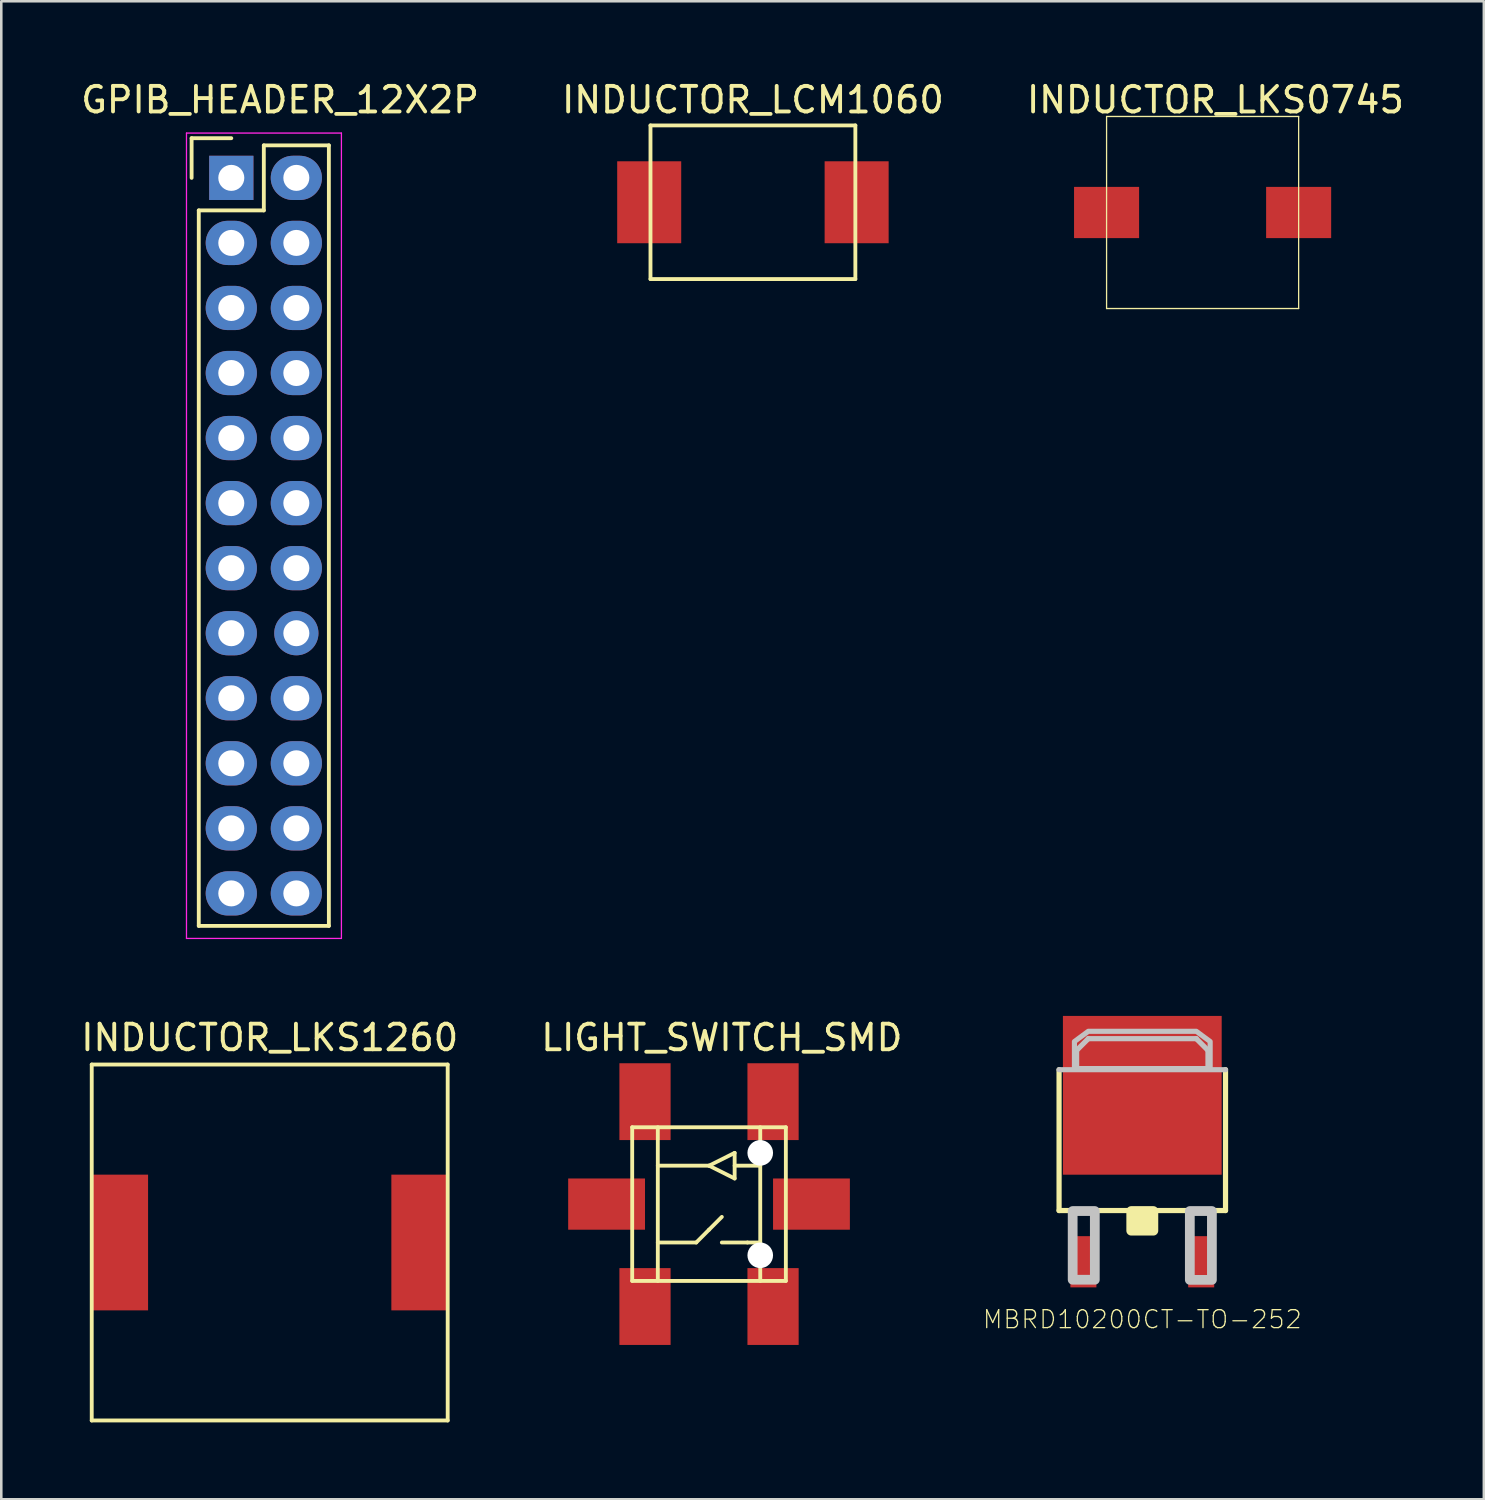
<source format=kicad_pcb>
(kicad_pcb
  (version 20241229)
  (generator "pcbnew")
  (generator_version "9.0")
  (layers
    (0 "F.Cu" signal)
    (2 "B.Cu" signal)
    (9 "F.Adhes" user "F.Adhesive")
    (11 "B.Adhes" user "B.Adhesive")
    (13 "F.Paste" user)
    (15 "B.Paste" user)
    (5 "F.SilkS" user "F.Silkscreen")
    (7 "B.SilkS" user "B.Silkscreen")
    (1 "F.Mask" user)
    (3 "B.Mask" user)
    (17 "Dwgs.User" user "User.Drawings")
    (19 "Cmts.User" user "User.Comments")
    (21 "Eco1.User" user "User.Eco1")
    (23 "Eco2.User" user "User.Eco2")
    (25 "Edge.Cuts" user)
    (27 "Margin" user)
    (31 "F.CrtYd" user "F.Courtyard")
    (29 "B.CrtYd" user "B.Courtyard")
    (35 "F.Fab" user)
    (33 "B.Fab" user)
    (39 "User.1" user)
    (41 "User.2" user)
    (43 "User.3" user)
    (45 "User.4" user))
  (footprint "INDUCTOR_LCM1060"
    (layer "F.Cu")
    (at 26.351 4.848)
    (property "Reference" "INDUCTOR_LCM1060" (at 0 -4 0) (layer "F.SilkS") (effects (font (size 1 1) (thickness 0.15))))
    (attr through_hole)
    (fp_line (start -4 -3) (end -4 3) (stroke (width 0.15) (type solid)) (layer "F.SilkS"))
    (fp_line (start -4 3) (end 4 3) (stroke (width 0.15) (type solid)) (layer "F.SilkS"))
    (fp_line (start 4 -3) (end -4 -3) (stroke (width 0.15) (type solid)) (layer "F.SilkS"))
    (fp_line (start 4 3) (end 4 -3) (stroke (width 0.15) (type solid)) (layer "F.SilkS"))
    (pad "1" smd rect (at -4.05 0) (size 2.5 3.2) (layers "F.Cu" "F.Mask" "F.Paste"))
    (pad "2" smd rect (at 4.05 0) (size 2.5 3.2) (layers "F.Cu" "F.Mask" "F.Paste")))
  (footprint "MBRD10200CT-TO-252"
    (layer "F.Cu")
    (at 41.556 41.471)
    (property "Reference" "MBRD10200CT-TO-252" (at 0 7 0) (layer "F.SilkS") (effects (font (size 0.701 0.701) (thickness 0.05))))
    (attr smd)
    (fp_line (start -3.25 2.75) (end -3.25 -2.75) (stroke (width 0.203) (type solid)) (layer "F.SilkS"))
    (fp_line (start 3.25 -2.75) (end 3.25 2.75) (stroke (width 0.203) (type solid)) (layer "F.SilkS"))
    (fp_line (start 3.25 2.75) (end -3.25 2.75) (stroke (width 0.203) (type solid)) (layer "F.SilkS"))
    (fp_poly (pts (xy -0.432 2.769) (xy 0.432 2.769) (xy 0.432 3.536) (xy -0.432 3.536)) (stroke (width 0.381) (type solid)) (fill yes) (layer "F.SilkS"))
    (fp_line (start -3.25 -2.75) (end 3.25 -2.75) (stroke (width 0.203) (type solid)) (layer "Dwgs.User"))
    (fp_line (start -2.565 -3.505) (end -2.108 -3.962) (stroke (width 0.203) (type solid)) (layer "Dwgs.User"))
    (fp_line (start -2.565 -2.794) (end -2.565 -3.505) (stroke (width 0.203) (type solid)) (layer "Dwgs.User"))
    (fp_line (start -2.108 -3.962) (end 2.108 -3.962) (stroke (width 0.203) (type solid)) (layer "Dwgs.User"))
    (fp_line (start 2.108 -3.962) (end 2.565 -3.505) (stroke (width 0.203) (type solid)) (layer "Dwgs.User"))
    (fp_line (start 2.565 -3.505) (end 2.565 -2.794) (stroke (width 0.203) (type solid)) (layer "Dwgs.User"))
    (fp_line (start 2.565 -2.794) (end -2.565 -2.794) (stroke (width 0.203) (type solid)) (layer "Dwgs.User"))
    (fp_poly (pts (xy -2.719 2.769) (xy -1.854 2.769) (xy -1.854 5.452) (xy -2.719 5.452)) (stroke (width 0.381) (type solid)) (fill no) (layer "Dwgs.User"))
    (fp_poly (pts (xy 1.856 2.769) (xy 2.718 2.769) (xy 2.718 5.457) (xy 1.856 5.457)) (stroke (width 0.381) (type solid)) (fill no) (layer "Dwgs.User"))
    (fp_poly (pts (xy -2.65 -2.794) (xy -2.65 -3.85) (xy -2.108 -4.25) (xy 2.108 -4.25) (xy 2.65 -3.85) (xy 2.65 -2.794)) (stroke (width 0.2) (type solid)) (fill no) (layer "Dwgs.User"))
    (pad "1" smd rect (at -2.3 4.75) (size 1.016 2) (layers "F.Cu" "F.Mask" "F.Paste"))
    (pad "2" smd rect (at 0 -1.75) (size 6.2 6.2) (layers "F.Cu" "F.Mask" "F.Paste"))
    (pad "3" smd rect (at 2.3 4.75) (size 1.016 2) (layers "F.Cu" "F.Mask" "F.Paste")))
  (footprint "LIGHT_SWITCH_SMD"
    (layer "F.Cu")
    (at 24.637 43.969)
    (property "Reference" "LIGHT_SWITCH_SMD" (at 0.5 -6.5 0) (layer "F.SilkS") (effects (font (size 1 1) (thickness 0.15))))
    (attr through_hole)
    (fp_line (start -3 -3) (end 3 -3) (stroke (width 0.15) (type solid)) (layer "F.SilkS"))
    (fp_line (start -3 3) (end -3 -3) (stroke (width 0.15) (type solid)) (layer "F.SilkS"))
    (fp_line (start -2 -3) (end -2 3) (stroke (width 0.15) (type solid)) (layer "F.SilkS"))
    (fp_line (start -2 1.5) (end -0.5 1.5) (stroke (width 0.15) (type solid)) (layer "F.SilkS"))
    (fp_line (start -0.5 1.5) (end 0 1) (stroke (width 0.15) (type solid)) (layer "F.SilkS"))
    (fp_line (start 0 -1.5) (end -2 -1.5) (stroke (width 0.15) (type solid)) (layer "F.SilkS"))
    (fp_line (start 0 -1.5) (end 1 -2) (stroke (width 0.15) (type solid)) (layer "F.SilkS"))
    (fp_line (start 0 1) (end 0.5 0.5) (stroke (width 0.15) (type solid)) (layer "F.SilkS"))
    (fp_line (start 1 -2) (end 1 -1) (stroke (width 0.15) (type solid)) (layer "F.SilkS"))
    (fp_line (start 1 -1.5) (end 2 -1.5) (stroke (width 0.15) (type solid)) (layer "F.SilkS"))
    (fp_line (start 1 -1) (end 0 -1.5) (stroke (width 0.15) (type solid)) (layer "F.SilkS"))
    (fp_line (start 1.5 1.5) (end 0.5 1.5) (stroke (width 0.15) (type solid)) (layer "F.SilkS"))
    (fp_line (start 1.5 1.5) (end 2 1.5) (stroke (width 0.15) (type solid)) (layer "F.SilkS"))
    (fp_line (start 2 -3) (end 2 3) (stroke (width 0.15) (type solid)) (layer "F.SilkS"))
    (fp_line (start 3 -3) (end 3 3) (stroke (width 0.15) (type solid)) (layer "F.SilkS"))
    (fp_line (start 3 3) (end -3 3) (stroke (width 0.15) (type solid)) (layer "F.SilkS"))
    (pad "" np_thru_hole circle (at 2 -2) (size 1 1) (drill oval 1) (layers "*.Cu" "*.Mask"))
    (pad "" np_thru_hole circle (at 2 2) (size 1 1) (drill oval 1) (layers "*.Cu" "*.Mask"))
    (pad "7" smd rect (at -2.5 -4) (size 2 3) (layers "F.Cu" "F.Mask" "F.Paste"))
    (pad "8" smd rect (at 2.5 -4) (size 2 3) (layers "F.Cu" "F.Mask" "F.Paste"))
    (pad "9" smd rect (at -2.5 4) (size 2 3) (layers "F.Cu" "F.Mask" "F.Paste"))
    (pad "10" smd rect (at -4 0) (size 3 2) (layers "F.Cu" "F.Mask" "F.Paste"))
    (pad "10" smd rect (at 2.5 4) (size 2 3) (layers "F.Cu" "F.Mask" "F.Paste"))
    (pad "11" smd rect (at 4 0) (size 3 2) (layers "F.Cu" "F.Mask" "F.Paste")))
  (footprint "INDUCTOR_LKS1260"
    (layer "F.Cu")
    (at 7.482 45.469)
    (property "Reference" "INDUCTOR_LKS1260" (at 0 -8 0) (layer "F.SilkS") (effects (font (size 1 1) (thickness 0.15))))
    (attr through_hole)
    (fp_line (start -6.95 -6.95) (end -6.95 6.95) (stroke (width 0.15) (type solid)) (layer "F.SilkS"))
    (fp_line (start -6.95 -6.95) (end 6.95 -6.95) (stroke (width 0.15) (type solid)) (layer "F.SilkS"))
    (fp_line (start -6.95 6.95) (end 6.95 6.95) (stroke (width 0.15) (type solid)) (layer "F.SilkS"))
    (fp_line (start 6.95 -6.95) (end 6.95 6.95) (stroke (width 0.15) (type solid)) (layer "F.SilkS"))
    (pad "1" smd rect (at -5.85 0) (size 2.2 5.3) (layers "F.Cu" "F.Mask" "F.Paste"))
    (pad "2" smd rect (at 5.85 0) (size 2.2 5.3) (layers "F.Cu" "F.Mask" "F.Paste")))
  (footprint "INDUCTOR_LKS0745"
    (layer "F.Cu")
    (at 43.911 5.248)
    (property "Reference" "INDUCTOR_LKS0745" (at 0.5 -4.4 0) (layer "F.SilkS") (effects (font (size 1 1) (thickness 0.15))))
    (attr through_hole)
    (fp_line (start -3.75 -3.75) (end -3.75 3.75) (stroke (width 0.05) (type solid)) (layer "F.SilkS"))
    (fp_line (start -3.75 -3.75) (end 3.75 -3.75) (stroke (width 0.05) (type solid)) (layer "F.SilkS"))
    (fp_line (start -3.75 3.75) (end 3.75 3.75) (stroke (width 0.05) (type solid)) (layer "F.SilkS"))
    (fp_line (start 3.75 -3.75) (end 3.75 3.75) (stroke (width 0.05) (type solid)) (layer "F.SilkS"))
    (pad "1" smd rect (at 3.75 0) (size 2.54 2) (layers "F.Cu" "F.Mask" "F.Paste"))
    (pad "2" smd rect (at -3.75 0) (size 2.54 2) (layers "F.Cu" "F.Mask" "F.Paste")))
  (footprint "GPIB_HEADER_12X2P"
    (layer "F.Cu")
    (at 5.982 3.896)
    (property "Reference" "GPIB_HEADER_12X2P" (at 1.905 -3.048 0) (layer "F.SilkS") (effects (font (size 1 1) (thickness 0.15))))
    (attr through_hole)
    (fp_line (start -1.55 -1.55) (end -1.55 0) (stroke (width 0.15) (type solid)) (layer "F.SilkS"))
    (fp_line (start -1.27 1.27) (end -1.27 29.21) (stroke (width 0.15) (type solid)) (layer "F.SilkS"))
    (fp_line (start 0 -1.55) (end -1.55 -1.55) (stroke (width 0.15) (type solid)) (layer "F.SilkS"))
    (fp_line (start 1.27 -1.27) (end 1.27 1.27) (stroke (width 0.15) (type solid)) (layer "F.SilkS"))
    (fp_line (start 1.27 1.27) (end -1.27 1.27) (stroke (width 0.15) (type solid)) (layer "F.SilkS"))
    (fp_line (start 3.81 -1.27) (end 1.27 -1.27) (stroke (width 0.15) (type solid)) (layer "F.SilkS"))
    (fp_line (start 3.81 29.21) (end -1.27 29.21) (stroke (width 0.15) (type solid)) (layer "F.SilkS"))
    (fp_line (start 3.81 29.21) (end 3.81 -1.27) (stroke (width 0.15) (type solid)) (layer "F.SilkS"))
    (fp_line (start -1.75 -1.75) (end -1.75 29.7) (stroke (width 0.05) (type solid)) (layer "F.CrtYd"))
    (fp_line (start -1.75 -1.75) (end 4.3 -1.75) (stroke (width 0.05) (type solid)) (layer "F.CrtYd"))
    (fp_line (start -1.75 29.7) (end 4.3 29.7) (stroke (width 0.05) (type solid)) (layer "F.CrtYd"))
    (fp_line (start 4.3 -1.75) (end 4.3 29.7) (stroke (width 0.05) (type solid)) (layer "F.CrtYd"))
    (pad "1" thru_hole rect (at 0 0) (size 1.727 1.727) (drill 1.016) (layers "*.Cu" "*.Mask"))
    (pad "2" thru_hole oval (at 2.54 0) (size 2 1.727) (drill 1.016) (layers "*.Cu" "*.Mask"))
    (pad "3" thru_hole oval (at 0 2.54) (size 2 1.727) (drill 1.016) (layers "*.Cu" "*.Mask"))
    (pad "4" thru_hole oval (at 2.54 2.54) (size 2 1.727) (drill 1.016) (layers "*.Cu" "*.Mask"))
    (pad "5" thru_hole oval (at 0 5.08) (size 2 1.727) (drill 1.016) (layers "*.Cu" "*.Mask"))
    (pad "6" thru_hole oval (at 2.54 5.08) (size 2 1.727) (drill 1.016) (layers "*.Cu" "*.Mask"))
    (pad "7" thru_hole oval (at 0 7.62) (size 2 1.727) (drill 1.016) (layers "*.Cu" "*.Mask"))
    (pad "8" thru_hole oval (at 2.54 7.62) (size 2 1.727) (drill 1.016) (layers "*.Cu" "*.Mask"))
    (pad "9" thru_hole oval (at 0 10.16) (size 2 1.727) (drill 1.016) (layers "*.Cu" "*.Mask"))
    (pad "10" thru_hole oval (at 2.54 10.16) (size 2 1.727) (drill 1.016) (layers "*.Cu" "*.Mask"))
    (pad "11" thru_hole oval (at 0 12.7) (size 2 1.727) (drill 1.016) (layers "*.Cu" "*.Mask"))
    (pad "12" thru_hole oval (at 2.54 12.7) (size 2 1.727) (drill 1.016) (layers "*.Cu" "*.Mask"))
    (pad "13" thru_hole oval (at 0 15.24) (size 2 1.727) (drill 1.016) (layers "*.Cu" "*.Mask"))
    (pad "14" thru_hole oval (at 2.54 15.24) (size 2 1.727) (drill 1.016) (layers "*.Cu" "*.Mask"))
    (pad "15" thru_hole oval (at 0 17.78) (size 2 1.727) (drill 1.016) (layers "*.Cu" "*.Mask"))
    (pad "16" thru_hole oval (at 2.54 17.78) (size 1.727 1.727) (drill 1.016) (layers "*.Cu" "*.Mask"))
    (pad "17" thru_hole oval (at 0 20.32) (size 2 1.727) (drill 1.016) (layers "*.Cu" "*.Mask"))
    (pad "18" thru_hole oval (at 2.54 20.32) (size 2 1.727) (drill 1.016) (layers "*.Cu" "*.Mask"))
    (pad "19" thru_hole oval (at 0 22.86) (size 2 1.727) (drill 1.016) (layers "*.Cu" "*.Mask"))
    (pad "20" thru_hole oval (at 2.54 22.86) (size 2 1.727) (drill 1.016) (layers "*.Cu" "*.Mask"))
    (pad "21" thru_hole oval (at 0 25.4) (size 2 1.727) (drill 1.016) (layers "*.Cu" "*.Mask"))
    (pad "22" thru_hole oval (at 2.54 25.4) (size 2 1.727) (drill 1.016) (layers "*.Cu" "*.Mask"))
    (pad "23" thru_hole oval (at 0 27.94) (size 2 1.727) (drill 1.016) (layers "*.Cu" "*.Mask"))
    (pad "24" thru_hole oval (at 2.54 27.94) (size 2 1.727) (drill 1.016) (layers "*.Cu" "*.Mask")))
  (gr_rect
    (start -3 -3)
    (end 54.893 55.495)
    (stroke (width 0.1) (type default))
    (fill no)
    (layer "Edge.Cuts")))
</source>
